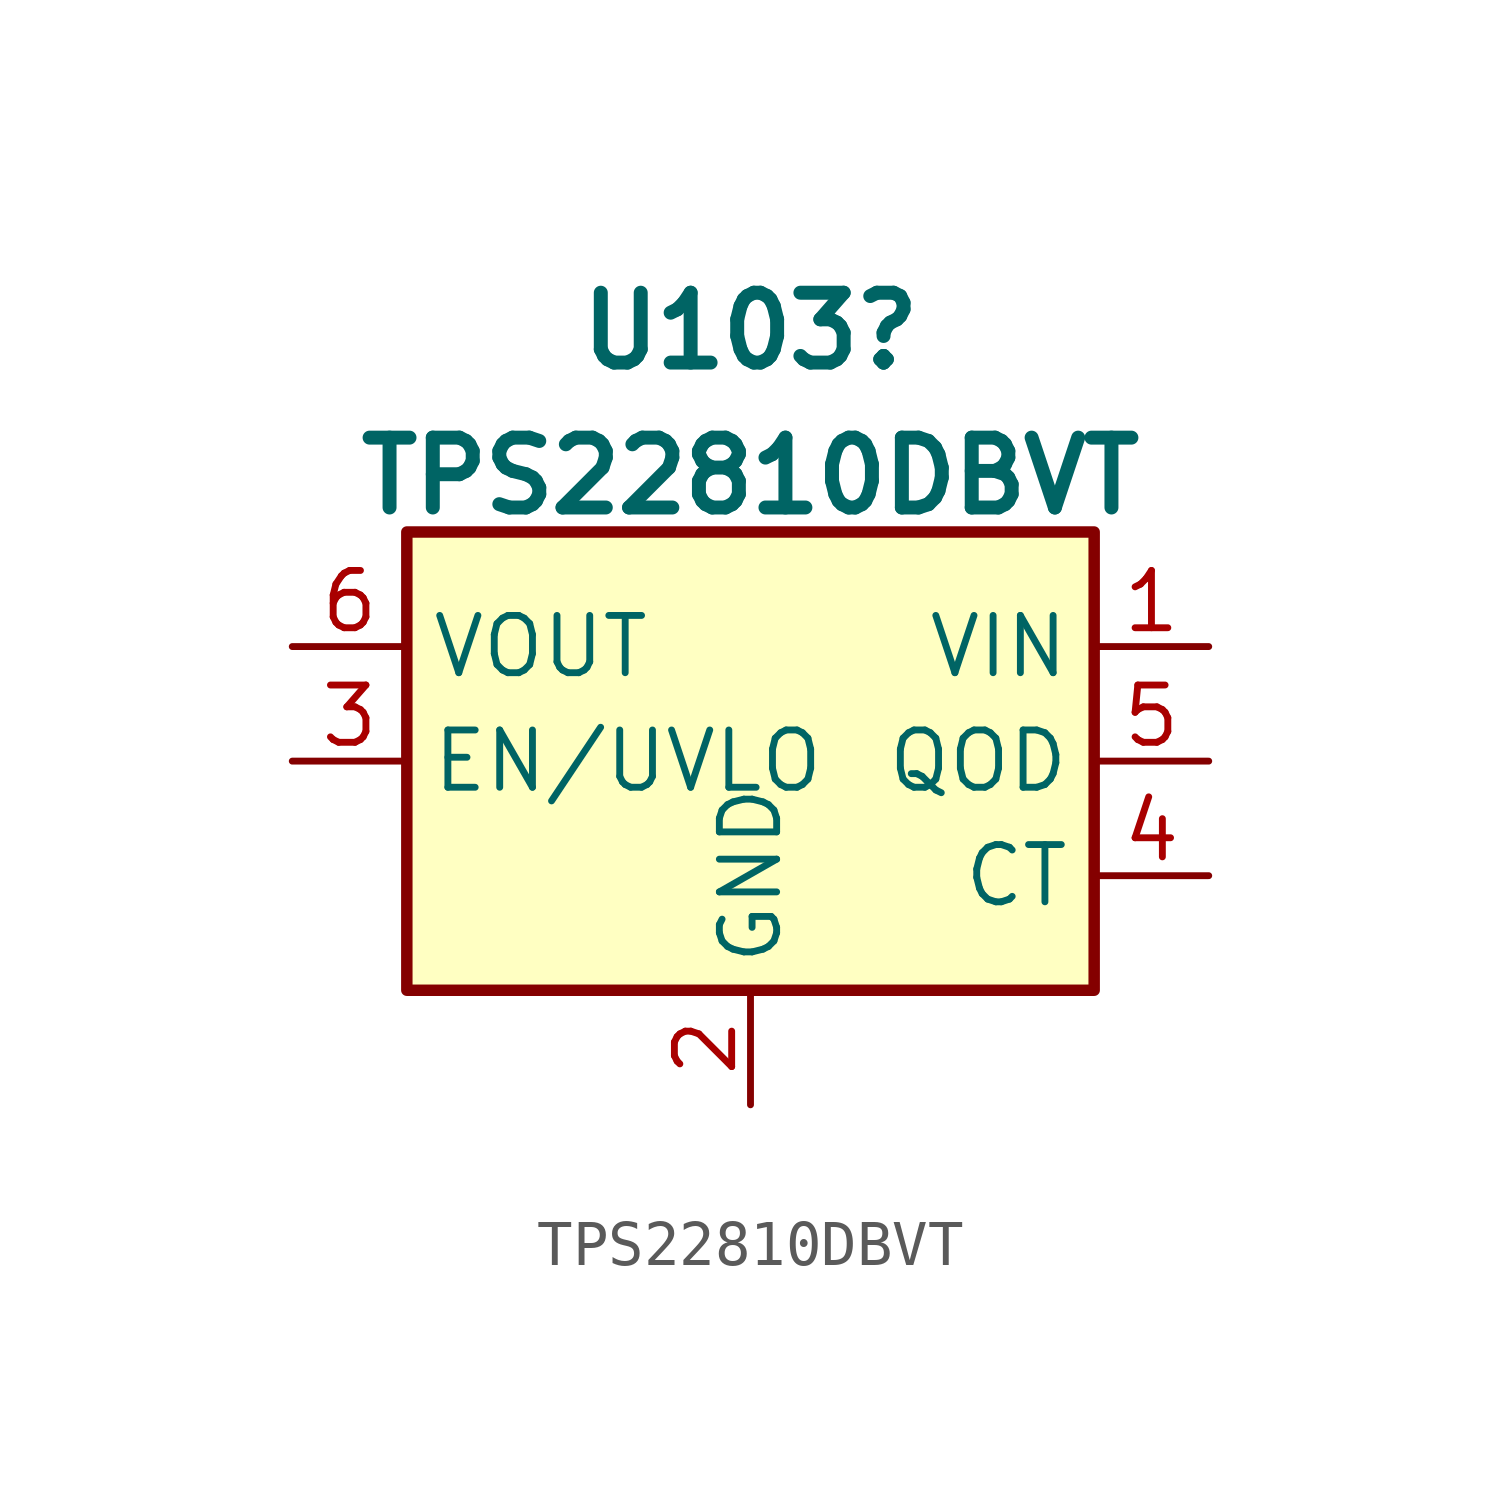
<source format=kicad_sym>
(kicad_symbol_lib
  (version 20241209)
  (generator "kicad_symbol_editor")
  (generator_version "9.0")
  (symbol "TPS22810DBVT"
    (property "Reference" "U103"
      (at 0 9.537 0)
      (effects (font (size 1.549 1.549) (bold yes))))
    (property "Value" "TPS22810DBVT"
      (at 0 6.324 0)
      (effects (font (size 1.549 1.549) (bold yes))))
    (symbol "TPS22810DBVT_1_1"
      (rectangle (start -7.62 5.08) (end 7.62 -5.08) (stroke (width 0.254) (type default)) (fill (type background)))
      (pin power_out line (at -10.16 2.54 0) (length 2.54) (name "VOUT" (effects (font (size 1.27 1.27)))) (number "6" (effects (font (size 1.27 1.27)))))
      (pin input line (at -10.16 0 0) (length 2.54) (name "EN/UVLO" (effects (font (size 1.27 1.27)))) (number "3" (effects (font (size 1.27 1.27)))))
      (pin power_in line (at 0 -7.62 90) (length 2.54) (name "GND" (effects (font (size 1.27 1.27)))) (number "2" (effects (font (size 1.27 1.27)))))
      (pin power_in line (at 10.16 2.54 180) (length 2.54) (name "VIN" (effects (font (size 1.27 1.27)))) (number "1" (effects (font (size 1.27 1.27)))))
      (pin open_collector line (at 10.16 0 180) (length 2.54) (name "QOD" (effects (font (size 1.27 1.27)))) (number "5" (effects (font (size 1.27 1.27)))))
      (pin output line (at 10.16 -2.54 180) (length 2.54) (name "CT" (effects (font (size 1.27 1.27)))) (number "4" (effects (font (size 1.27 1.27))))))))
</source>
